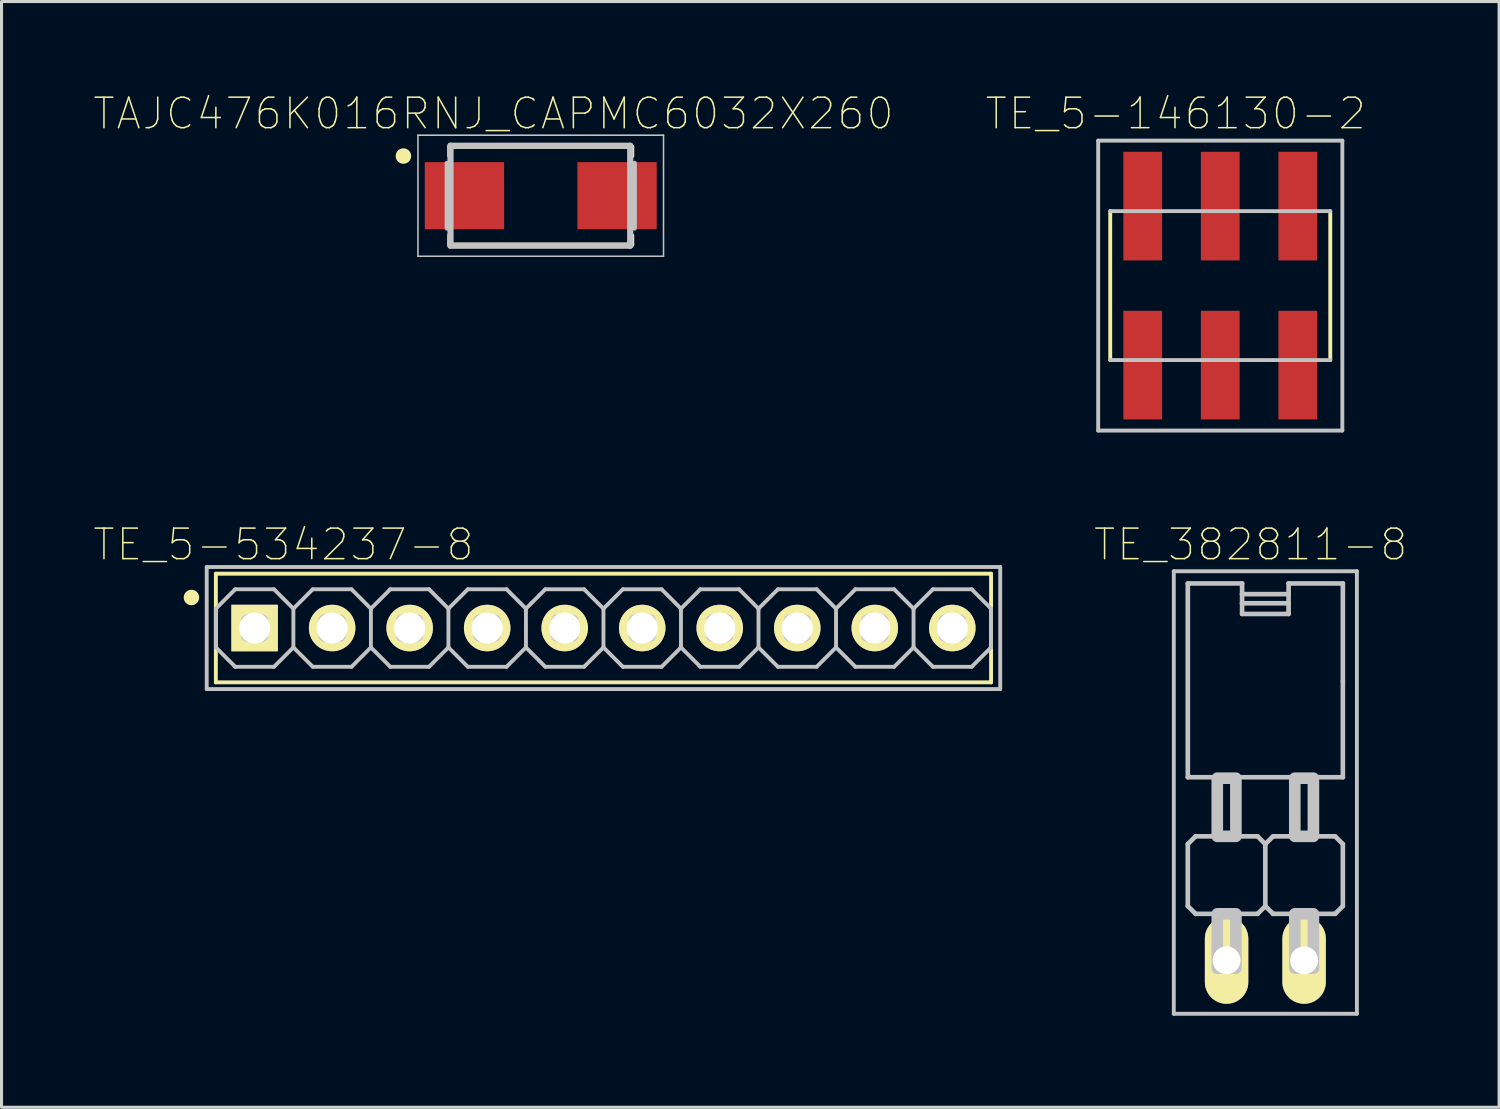
<source format=kicad_pcb>
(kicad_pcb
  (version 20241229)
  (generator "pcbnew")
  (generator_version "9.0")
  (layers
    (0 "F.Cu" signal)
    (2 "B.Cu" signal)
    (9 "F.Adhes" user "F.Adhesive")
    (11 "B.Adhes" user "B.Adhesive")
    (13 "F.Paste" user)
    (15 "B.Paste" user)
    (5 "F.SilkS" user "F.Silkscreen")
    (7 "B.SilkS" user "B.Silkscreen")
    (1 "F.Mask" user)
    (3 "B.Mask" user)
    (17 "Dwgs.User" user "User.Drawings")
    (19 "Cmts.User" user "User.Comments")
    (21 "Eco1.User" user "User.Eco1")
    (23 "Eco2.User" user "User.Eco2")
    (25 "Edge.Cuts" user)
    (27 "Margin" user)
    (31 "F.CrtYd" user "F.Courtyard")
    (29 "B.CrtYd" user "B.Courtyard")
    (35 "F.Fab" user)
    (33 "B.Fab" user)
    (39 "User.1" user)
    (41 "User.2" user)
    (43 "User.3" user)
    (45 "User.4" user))
  (footprint "TAJC476K016RNJ_CAPMC6032X260"
    (layer "F.Cu")
    (at 14.668 3.363)
    (property "Reference" "TAJC476K016RNJ_CAPMC6032X260" (at -1.55 -2.69 0) (layer "F.SilkS") (effects (font (size 1 1) (thickness 0.05))))
    (attr smd)
    (fp_line (start -3 -1.6) (end -3 -1.3) (stroke (width 0.127) (type solid)) (layer "F.SilkS"))
    (fp_line (start -3 -1.6) (end 3 -1.6) (stroke (width 0.127) (type solid)) (layer "F.SilkS"))
    (fp_line (start -3 1.3) (end -3 1.6) (stroke (width 0.127) (type solid)) (layer "F.SilkS"))
    (fp_line (start -3 1.6) (end 3 1.6) (stroke (width 0.127) (type solid)) (layer "F.SilkS"))
    (fp_line (start 3 -1.6) (end 3 -1.3) (stroke (width 0.127) (type solid)) (layer "F.SilkS"))
    (fp_line (start 3 1.3) (end 3 1.6) (stroke (width 0.127) (type solid)) (layer "F.SilkS"))
    (fp_circle (center -4.5 -1.3) (end -4.246 -1.3) (stroke (width 0) (type solid)) (fill yes) (layer "F.SilkS"))
    (fp_line (start -4.023 -1.983) (end 4.023 -1.983) (stroke (width 0.051) (type solid)) (layer "Dwgs.User"))
    (fp_line (start -4.023 1.983) (end -4.023 -1.983) (stroke (width 0.051) (type solid)) (layer "Dwgs.User"))
    (fp_line (start -3.073 1.067) (end -3.073 -1.067) (stroke (width 0.152) (type solid)) (layer "Dwgs.User"))
    (fp_line (start -2.957 -1.637) (end -2.957 1.637) (stroke (width 0.203) (type solid)) (layer "Dwgs.User"))
    (fp_line (start -2.957 -1.637) (end 2.932 -1.637) (stroke (width 0.203) (type solid)) (layer "Dwgs.User"))
    (fp_line (start -2.957 1.637) (end 2.932 1.637) (stroke (width 0.203) (type solid)) (layer "Dwgs.User"))
    (fp_line (start 2.932 -1.637) (end 2.932 1.637) (stroke (width 0.203) (type solid)) (layer "Dwgs.User"))
    (fp_line (start 3.073 1.067) (end 3.073 -1.067) (stroke (width 0.152) (type solid)) (layer "Dwgs.User"))
    (fp_line (start 4.023 -1.983) (end 4.023 1.983) (stroke (width 0.051) (type solid)) (layer "Dwgs.User"))
    (fp_line (start 4.023 1.983) (end -4.023 1.983) (stroke (width 0.051) (type solid)) (layer "Dwgs.User"))
    (pad "+" smd rect (at 2.5 0 180) (size 2.6 2.2) (layers "F.Cu" "F.Mask" "F.Paste"))
    (pad "-" smd rect (at -2.5 0 180) (size 2.6 2.2) (layers "F.Cu" "F.Mask" "F.Paste")))
  (footprint "TE_382811-8"
    (layer "F.Cu")
    (at 38.41 28.417)
    (property "Reference" "TE_382811-8" (at -0.482 -13.623 0) (layer "F.SilkS") (effects (font (size 1 1) (thickness 0.05))))
    (attr through_hole)
    (fp_line (start -3 -12.75) (end 3 -12.75) (stroke (width 0.127) (type solid)) (layer "Dwgs.User"))
    (fp_line (start -3 1.75) (end -3 -12.75) (stroke (width 0.127) (type solid)) (layer "Dwgs.User"))
    (fp_line (start -2.54 -12.35) (end -2.54 -6) (stroke (width 0.152) (type solid)) (layer "Dwgs.User"))
    (fp_line (start -2.54 -12.35) (end -0.762 -12.35) (stroke (width 0.152) (type solid)) (layer "Dwgs.User"))
    (fp_line (start -2.54 -3.81) (end -2.286 -4.064) (stroke (width 0.152) (type solid)) (layer "Dwgs.User"))
    (fp_line (start -2.54 -1.778) (end -2.54 -3.81) (stroke (width 0.152) (type solid)) (layer "Dwgs.User"))
    (fp_line (start -2.54 -1.778) (end -2.286 -1.524) (stroke (width 0.152) (type solid)) (layer "Dwgs.User"))
    (fp_line (start -0.762 -12.35) (end -0.762 -12) (stroke (width 0.152) (type solid)) (layer "Dwgs.User"))
    (fp_line (start -0.762 -12) (end 0.762 -12) (stroke (width 0.152) (type solid)) (layer "Dwgs.User"))
    (fp_line (start -0.762 -11.7) (end -0.762 -12) (stroke (width 0.152) (type solid)) (layer "Dwgs.User"))
    (fp_line (start -0.762 -11.7) (end -0.762 -11.35) (stroke (width 0.152) (type solid)) (layer "Dwgs.User"))
    (fp_line (start -0.762 -11.7) (end 0.762 -11.7) (stroke (width 0.152) (type solid)) (layer "Dwgs.User"))
    (fp_line (start -0.762 -11.35) (end 0.762 -11.35) (stroke (width 0.152) (type solid)) (layer "Dwgs.User"))
    (fp_line (start -0.254 -4.064) (end -2.286 -4.064) (stroke (width 0.152) (type solid)) (layer "Dwgs.User"))
    (fp_line (start -0.254 -4.064) (end 0 -3.81) (stroke (width 0.152) (type solid)) (layer "Dwgs.User"))
    (fp_line (start -0.254 -1.524) (end -2.286 -1.524) (stroke (width 0.152) (type solid)) (layer "Dwgs.User"))
    (fp_line (start -0.254 -1.524) (end 0 -1.778) (stroke (width 0.152) (type solid)) (layer "Dwgs.User"))
    (fp_line (start 0 -3.81) (end 0.254 -4.064) (stroke (width 0.152) (type solid)) (layer "Dwgs.User"))
    (fp_line (start 0 -1.778) (end 0 -3.81) (stroke (width 0.152) (type solid)) (layer "Dwgs.User"))
    (fp_line (start 0 -1.778) (end 0.254 -1.524) (stroke (width 0.152) (type solid)) (layer "Dwgs.User"))
    (fp_line (start 0.762 -12.35) (end 2.54 -12.35) (stroke (width 0.152) (type solid)) (layer "Dwgs.User"))
    (fp_line (start 0.762 -12) (end 0.762 -12.35) (stroke (width 0.152) (type solid)) (layer "Dwgs.User"))
    (fp_line (start 0.762 -11.7) (end 0.762 -12) (stroke (width 0.152) (type solid)) (layer "Dwgs.User"))
    (fp_line (start 0.762 -11.7) (end 0.762 -11.35) (stroke (width 0.152) (type solid)) (layer "Dwgs.User"))
    (fp_line (start 2.286 -4.064) (end 0.254 -4.064) (stroke (width 0.152) (type solid)) (layer "Dwgs.User"))
    (fp_line (start 2.286 -4.064) (end 2.54 -3.81) (stroke (width 0.152) (type solid)) (layer "Dwgs.User"))
    (fp_line (start 2.286 -1.524) (end 0.254 -1.524) (stroke (width 0.152) (type solid)) (layer "Dwgs.User"))
    (fp_line (start 2.286 -1.524) (end 2.54 -1.778) (stroke (width 0.152) (type solid)) (layer "Dwgs.User"))
    (fp_line (start 2.54 -12.35) (end 2.54 -9.144) (stroke (width 0.152) (type solid)) (layer "Dwgs.User"))
    (fp_line (start 2.54 -9.136) (end 2.54 -6) (stroke (width 0.152) (type solid)) (layer "Dwgs.User"))
    (fp_line (start 2.54 -6) (end -2.54 -6) (stroke (width 0.152) (type solid)) (layer "Dwgs.User"))
    (fp_line (start 2.54 -1.778) (end 2.54 -3.81) (stroke (width 0.152) (type solid)) (layer "Dwgs.User"))
    (fp_line (start 3 -12.75) (end 3 1.75) (stroke (width 0.127) (type solid)) (layer "Dwgs.User"))
    (fp_line (start 3 1.75) (end -3 1.75) (stroke (width 0.127) (type solid)) (layer "Dwgs.User"))
    (fp_poly (pts (xy -1.575 -5.969) (xy -0.965 -5.969) (xy -0.965 -4.064) (xy -1.575 -4.064)) (stroke (width 0.381) (type solid)) (fill no) (layer "Dwgs.User"))
    (fp_poly (pts (xy -1.575 -1.524) (xy -0.965 -1.524) (xy -0.965 0.254) (xy -1.575 0.254)) (stroke (width 0.381) (type solid)) (fill no) (layer "Dwgs.User"))
    (fp_poly (pts (xy 0.965 -5.969) (xy 1.575 -5.969) (xy 1.575 -4.064) (xy 0.965 -4.064)) (stroke (width 0.381) (type solid)) (fill no) (layer "Dwgs.User"))
    (fp_poly (pts (xy 0.965 -1.524) (xy 1.575 -1.524) (xy 1.575 0.254) (xy 0.965 0.254)) (stroke (width 0.381) (type solid)) (fill no) (layer "Dwgs.User"))
    (pad "1" thru_hole oval (at -1.27 0 90) (size 2.845 1.422) (drill 0.914) (layers "*.Cu" "*.Mask" "F.SilkS"))
    (pad "2" thru_hole oval (at 1.27 0 90) (size 2.845 1.422) (drill 0.914) (layers "*.Cu" "*.Mask" "F.SilkS")))
  (footprint "TE_5-534237-8"
    (layer "F.Cu")
    (at 16.723 17.528)
    (property "Reference" "TE_5-534237-8" (at -10.486 -2.734 0) (layer "F.SilkS") (effects (font (size 1 1) (thickness 0.05))))
    (attr through_hole)
    (fp_line (start -12.7 -1.78) (end 12.7 -1.78) (stroke (width 0.127) (type solid)) (layer "F.SilkS"))
    (fp_line (start -12.7 1.78) (end -12.7 -1.78) (stroke (width 0.127) (type solid)) (layer "F.SilkS"))
    (fp_line (start 12.7 -1.78) (end 12.7 1.78) (stroke (width 0.127) (type solid)) (layer "F.SilkS"))
    (fp_line (start 12.7 1.78) (end -12.7 1.78) (stroke (width 0.127) (type solid)) (layer "F.SilkS"))
    (fp_circle (center -13.5 -1) (end -13.246 -1) (stroke (width 0) (type solid)) (fill yes) (layer "F.SilkS"))
    (fp_line (start -13 -2) (end 13 -2) (stroke (width 0.127) (type solid)) (layer "Dwgs.User"))
    (fp_line (start -13 2) (end -13 -2) (stroke (width 0.127) (type solid)) (layer "Dwgs.User"))
    (fp_line (start -12.7 -0.635) (end -12.7 0.635) (stroke (width 0.127) (type solid)) (layer "Dwgs.User"))
    (fp_line (start -12.7 0.635) (end -12.065 1.27) (stroke (width 0.127) (type solid)) (layer "Dwgs.User"))
    (fp_line (start -12.065 -1.27) (end -12.7 -0.635) (stroke (width 0.127) (type solid)) (layer "Dwgs.User"))
    (fp_line (start -12.065 -1.27) (end -10.795 -1.27) (stroke (width 0.127) (type solid)) (layer "Dwgs.User"))
    (fp_line (start -10.795 -1.27) (end -10.16 -0.635) (stroke (width 0.127) (type solid)) (layer "Dwgs.User"))
    (fp_line (start -10.795 1.27) (end -12.065 1.27) (stroke (width 0.127) (type solid)) (layer "Dwgs.User"))
    (fp_line (start -10.16 -0.635) (end -10.16 0.635) (stroke (width 0.127) (type solid)) (layer "Dwgs.User"))
    (fp_line (start -10.16 -0.635) (end -9.525 -1.27) (stroke (width 0.127) (type solid)) (layer "Dwgs.User"))
    (fp_line (start -10.16 0.635) (end -10.795 1.27) (stroke (width 0.127) (type solid)) (layer "Dwgs.User"))
    (fp_line (start -9.525 -1.27) (end -8.255 -1.27) (stroke (width 0.127) (type solid)) (layer "Dwgs.User"))
    (fp_line (start -9.525 1.27) (end -10.16 0.635) (stroke (width 0.127) (type solid)) (layer "Dwgs.User"))
    (fp_line (start -8.255 -1.27) (end -7.62 -0.635) (stroke (width 0.127) (type solid)) (layer "Dwgs.User"))
    (fp_line (start -8.255 1.27) (end -9.525 1.27) (stroke (width 0.127) (type solid)) (layer "Dwgs.User"))
    (fp_line (start -7.62 -0.635) (end -7.62 0.635) (stroke (width 0.127) (type solid)) (layer "Dwgs.User"))
    (fp_line (start -7.62 -0.635) (end -6.985 -1.27) (stroke (width 0.127) (type solid)) (layer "Dwgs.User"))
    (fp_line (start -7.62 0.635) (end -8.255 1.27) (stroke (width 0.127) (type solid)) (layer "Dwgs.User"))
    (fp_line (start -6.985 -1.27) (end -5.715 -1.27) (stroke (width 0.127) (type solid)) (layer "Dwgs.User"))
    (fp_line (start -6.985 1.27) (end -7.62 0.635) (stroke (width 0.127) (type solid)) (layer "Dwgs.User"))
    (fp_line (start -5.715 -1.27) (end -5.08 -0.635) (stroke (width 0.127) (type solid)) (layer "Dwgs.User"))
    (fp_line (start -5.715 1.27) (end -6.985 1.27) (stroke (width 0.127) (type solid)) (layer "Dwgs.User"))
    (fp_line (start -5.08 -0.635) (end -5.08 0.635) (stroke (width 0.127) (type solid)) (layer "Dwgs.User"))
    (fp_line (start -5.08 0.635) (end -5.715 1.27) (stroke (width 0.127) (type solid)) (layer "Dwgs.User"))
    (fp_line (start -5.08 0.635) (end -4.445 1.27) (stroke (width 0.127) (type solid)) (layer "Dwgs.User"))
    (fp_line (start -4.445 -1.27) (end -5.08 -0.635) (stroke (width 0.127) (type solid)) (layer "Dwgs.User"))
    (fp_line (start -4.445 -1.27) (end -3.175 -1.27) (stroke (width 0.127) (type solid)) (layer "Dwgs.User"))
    (fp_line (start -3.175 -1.27) (end -2.54 -0.635) (stroke (width 0.127) (type solid)) (layer "Dwgs.User"))
    (fp_line (start -3.175 1.27) (end -4.445 1.27) (stroke (width 0.127) (type solid)) (layer "Dwgs.User"))
    (fp_line (start -2.54 -0.635) (end -2.54 0.635) (stroke (width 0.127) (type solid)) (layer "Dwgs.User"))
    (fp_line (start -2.54 -0.635) (end -1.905 -1.27) (stroke (width 0.127) (type solid)) (layer "Dwgs.User"))
    (fp_line (start -2.54 0.635) (end -3.175 1.27) (stroke (width 0.127) (type solid)) (layer "Dwgs.User"))
    (fp_line (start -1.905 -1.27) (end -0.635 -1.27) (stroke (width 0.127) (type solid)) (layer "Dwgs.User"))
    (fp_line (start -1.905 1.27) (end -2.54 0.635) (stroke (width 0.127) (type solid)) (layer "Dwgs.User"))
    (fp_line (start -0.635 -1.27) (end 0 -0.635) (stroke (width 0.127) (type solid)) (layer "Dwgs.User"))
    (fp_line (start -0.635 1.27) (end -1.905 1.27) (stroke (width 0.127) (type solid)) (layer "Dwgs.User"))
    (fp_line (start 0 -0.635) (end 0 0.635) (stroke (width 0.127) (type solid)) (layer "Dwgs.User"))
    (fp_line (start 0 -0.635) (end 0.635 -1.27) (stroke (width 0.127) (type solid)) (layer "Dwgs.User"))
    (fp_line (start 0 0.635) (end -0.635 1.27) (stroke (width 0.127) (type solid)) (layer "Dwgs.User"))
    (fp_line (start 0.635 -1.27) (end 1.905 -1.27) (stroke (width 0.127) (type solid)) (layer "Dwgs.User"))
    (fp_line (start 0.635 1.27) (end 0 0.635) (stroke (width 0.127) (type solid)) (layer "Dwgs.User"))
    (fp_line (start 1.905 -1.27) (end 2.54 -0.635) (stroke (width 0.127) (type solid)) (layer "Dwgs.User"))
    (fp_line (start 1.905 1.27) (end 0.635 1.27) (stroke (width 0.127) (type solid)) (layer "Dwgs.User"))
    (fp_line (start 2.54 -0.635) (end 2.54 0.635) (stroke (width 0.127) (type solid)) (layer "Dwgs.User"))
    (fp_line (start 2.54 0.635) (end 1.905 1.27) (stroke (width 0.127) (type solid)) (layer "Dwgs.User"))
    (fp_line (start 2.54 0.635) (end 3.175 1.27) (stroke (width 0.127) (type solid)) (layer "Dwgs.User"))
    (fp_line (start 3.175 -1.27) (end 2.54 -0.635) (stroke (width 0.127) (type solid)) (layer "Dwgs.User"))
    (fp_line (start 3.175 -1.27) (end 4.445 -1.27) (stroke (width 0.127) (type solid)) (layer "Dwgs.User"))
    (fp_line (start 4.445 -1.27) (end 5.08 -0.635) (stroke (width 0.127) (type solid)) (layer "Dwgs.User"))
    (fp_line (start 4.445 1.27) (end 3.175 1.27) (stroke (width 0.127) (type solid)) (layer "Dwgs.User"))
    (fp_line (start 5.08 -0.635) (end 5.08 0.635) (stroke (width 0.127) (type solid)) (layer "Dwgs.User"))
    (fp_line (start 5.08 -0.635) (end 5.715 -1.27) (stroke (width 0.127) (type solid)) (layer "Dwgs.User"))
    (fp_line (start 5.08 0.635) (end 4.445 1.27) (stroke (width 0.127) (type solid)) (layer "Dwgs.User"))
    (fp_line (start 5.715 -1.27) (end 6.985 -1.27) (stroke (width 0.127) (type solid)) (layer "Dwgs.User"))
    (fp_line (start 5.715 1.27) (end 5.08 0.635) (stroke (width 0.127) (type solid)) (layer "Dwgs.User"))
    (fp_line (start 6.985 -1.27) (end 7.62 -0.635) (stroke (width 0.127) (type solid)) (layer "Dwgs.User"))
    (fp_line (start 6.985 1.27) (end 5.715 1.27) (stroke (width 0.127) (type solid)) (layer "Dwgs.User"))
    (fp_line (start 7.62 -0.635) (end 7.62 0.635) (stroke (width 0.127) (type solid)) (layer "Dwgs.User"))
    (fp_line (start 7.62 -0.635) (end 8.255 -1.27) (stroke (width 0.127) (type solid)) (layer "Dwgs.User"))
    (fp_line (start 7.62 0.635) (end 6.985 1.27) (stroke (width 0.127) (type solid)) (layer "Dwgs.User"))
    (fp_line (start 8.255 -1.27) (end 9.525 -1.27) (stroke (width 0.127) (type solid)) (layer "Dwgs.User"))
    (fp_line (start 8.255 1.27) (end 7.62 0.635) (stroke (width 0.127) (type solid)) (layer "Dwgs.User"))
    (fp_line (start 9.525 -1.27) (end 10.16 -0.635) (stroke (width 0.127) (type solid)) (layer "Dwgs.User"))
    (fp_line (start 9.525 1.27) (end 8.255 1.27) (stroke (width 0.127) (type solid)) (layer "Dwgs.User"))
    (fp_line (start 10.16 -0.635) (end 10.16 0.635) (stroke (width 0.127) (type solid)) (layer "Dwgs.User"))
    (fp_line (start 10.16 0.635) (end 9.525 1.27) (stroke (width 0.127) (type solid)) (layer "Dwgs.User"))
    (fp_line (start 10.16 0.635) (end 10.795 1.27) (stroke (width 0.127) (type solid)) (layer "Dwgs.User"))
    (fp_line (start 10.795 -1.27) (end 10.16 -0.635) (stroke (width 0.127) (type solid)) (layer "Dwgs.User"))
    (fp_line (start 10.795 -1.27) (end 12.065 -1.27) (stroke (width 0.127) (type solid)) (layer "Dwgs.User"))
    (fp_line (start 12.065 -1.27) (end 12.7 -0.635) (stroke (width 0.127) (type solid)) (layer "Dwgs.User"))
    (fp_line (start 12.065 1.27) (end 10.795 1.27) (stroke (width 0.127) (type solid)) (layer "Dwgs.User"))
    (fp_line (start 12.7 -0.635) (end 12.7 0.635) (stroke (width 0.127) (type solid)) (layer "Dwgs.User"))
    (fp_line (start 12.7 0.635) (end 12.065 1.27) (stroke (width 0.127) (type solid)) (layer "Dwgs.User"))
    (fp_line (start 13 -2) (end 13 2) (stroke (width 0.127) (type solid)) (layer "Dwgs.User"))
    (fp_line (start 13 2) (end -13 2) (stroke (width 0.127) (type solid)) (layer "Dwgs.User"))
    (fp_poly (pts (xy -11.684 -0.254) (xy -11.176 -0.254) (xy -11.176 0.254) (xy -11.684 0.254)) (stroke (width 0.381) (type solid)) (fill no) (layer "Dwgs.User"))
    (fp_poly (pts (xy -9.144 -0.254) (xy -8.636 -0.254) (xy -8.636 0.254) (xy -9.144 0.254)) (stroke (width 0.381) (type solid)) (fill no) (layer "Dwgs.User"))
    (fp_poly (pts (xy -6.604 -0.254) (xy -6.096 -0.254) (xy -6.096 0.254) (xy -6.604 0.254)) (stroke (width 0.381) (type solid)) (fill no) (layer "Dwgs.User"))
    (fp_poly (pts (xy -4.064 -0.254) (xy -3.556 -0.254) (xy -3.556 0.254) (xy -4.064 0.254)) (stroke (width 0.381) (type solid)) (fill no) (layer "Dwgs.User"))
    (fp_poly (pts (xy -1.524 -0.254) (xy -1.016 -0.254) (xy -1.016 0.254) (xy -1.524 0.254)) (stroke (width 0.381) (type solid)) (fill no) (layer "Dwgs.User"))
    (fp_poly (pts (xy 1.016 -0.254) (xy 1.524 -0.254) (xy 1.524 0.254) (xy 1.016 0.254)) (stroke (width 0.381) (type solid)) (fill no) (layer "Dwgs.User"))
    (fp_poly (pts (xy 3.556 -0.254) (xy 4.064 -0.254) (xy 4.064 0.254) (xy 3.556 0.254)) (stroke (width 0.381) (type solid)) (fill no) (layer "Dwgs.User"))
    (fp_poly (pts (xy 6.096 -0.254) (xy 6.604 -0.254) (xy 6.604 0.254) (xy 6.096 0.254)) (stroke (width 0.381) (type solid)) (fill no) (layer "Dwgs.User"))
    (fp_poly (pts (xy 8.636 -0.254) (xy 9.144 -0.254) (xy 9.144 0.254) (xy 8.636 0.254)) (stroke (width 0.381) (type solid)) (fill no) (layer "Dwgs.User"))
    (fp_poly (pts (xy 11.176 -0.254) (xy 11.684 -0.254) (xy 11.684 0.254) (xy 11.176 0.254)) (stroke (width 0.381) (type solid)) (fill no) (layer "Dwgs.User"))
    (pad "1" thru_hole rect (at -11.43 0 90) (size 1.524 1.524) (drill 1.016) (layers "*.Cu" "*.Mask" "F.SilkS"))
    (pad "2" thru_hole circle (at -8.89 0 90) (size 1.524 1.524) (drill 1.016) (layers "*.Cu" "*.Mask" "F.SilkS"))
    (pad "3" thru_hole circle (at -6.35 0 90) (size 1.524 1.524) (drill 1.016) (layers "*.Cu" "*.Mask" "F.SilkS"))
    (pad "4" thru_hole circle (at -3.81 0 90) (size 1.524 1.524) (drill 1.016) (layers "*.Cu" "*.Mask" "F.SilkS"))
    (pad "5" thru_hole circle (at -1.27 0 90) (size 1.524 1.524) (drill 1.016) (layers "*.Cu" "*.Mask" "F.SilkS"))
    (pad "6" thru_hole circle (at 1.27 0 90) (size 1.524 1.524) (drill 1.016) (layers "*.Cu" "*.Mask" "F.SilkS"))
    (pad "7" thru_hole circle (at 3.81 0 90) (size 1.524 1.524) (drill 1.016) (layers "*.Cu" "*.Mask" "F.SilkS"))
    (pad "8" thru_hole circle (at 6.35 0 90) (size 1.524 1.524) (drill 1.016) (layers "*.Cu" "*.Mask" "F.SilkS"))
    (pad "9" thru_hole circle (at 8.89 0 90) (size 1.524 1.524) (drill 1.016) (layers "*.Cu" "*.Mask" "F.SilkS"))
    (pad "10" thru_hole circle (at 11.43 0 90) (size 1.524 1.524) (drill 1.016) (layers "*.Cu" "*.Mask" "F.SilkS")))
  (footprint "TE_5-146130-2"
    (layer "F.Cu")
    (at 36.933 6.308)
    (property "Reference" "TE_5-146130-2" (at -1.46 -5.635 0) (layer "F.SilkS") (effects (font (size 1 1) (thickness 0.05))))
    (attr smd)
    (fp_line (start -3.605 2.44) (end -3.605 -2.44) (stroke (width 0.127) (type solid)) (layer "F.SilkS"))
    (fp_line (start 3.605 -2.44) (end 3.605 2.44) (stroke (width 0.127) (type solid)) (layer "F.SilkS"))
    (fp_line (start -4 -4.75) (end 4 -4.75) (stroke (width 0.127) (type solid)) (layer "Dwgs.User"))
    (fp_line (start -4 4.75) (end -4 -4.75) (stroke (width 0.127) (type solid)) (layer "Dwgs.User"))
    (fp_line (start -3.605 -2.44) (end 3.605 -2.44) (stroke (width 0.127) (type solid)) (layer "Dwgs.User"))
    (fp_line (start 3.605 2.44) (end -3.605 2.44) (stroke (width 0.127) (type solid)) (layer "Dwgs.User"))
    (fp_line (start 4 -4.75) (end 4 4.75) (stroke (width 0.127) (type solid)) (layer "Dwgs.User"))
    (fp_line (start 4 4.75) (end -4 4.75) (stroke (width 0.127) (type solid)) (layer "Dwgs.User"))
    (pad "1" smd rect (at -2.54 2.605 90) (size 3.56 1.27) (layers "F.Cu" "F.Mask" "F.Paste"))
    (pad "2" smd rect (at -2.54 -2.605 90) (size 3.56 1.27) (layers "F.Cu" "F.Mask" "F.Paste"))
    (pad "3" smd rect (at 0 2.605 90) (size 3.56 1.27) (layers "F.Cu" "F.Mask" "F.Paste"))
    (pad "4" smd rect (at 0 -2.605 90) (size 3.56 1.27) (layers "F.Cu" "F.Mask" "F.Paste"))
    (pad "5" smd rect (at 2.54 2.605 90) (size 3.56 1.27) (layers "F.Cu" "F.Mask" "F.Paste"))
    (pad "6" smd rect (at 2.54 -2.605 90) (size 3.56 1.27) (layers "F.Cu" "F.Mask" "F.Paste")))
  (gr_rect
    (start -3 -3)
    (end 46.07 33.23)
    (stroke (width 0.1) (type default))
    (fill no)
    (layer "Edge.Cuts")))
</source>
